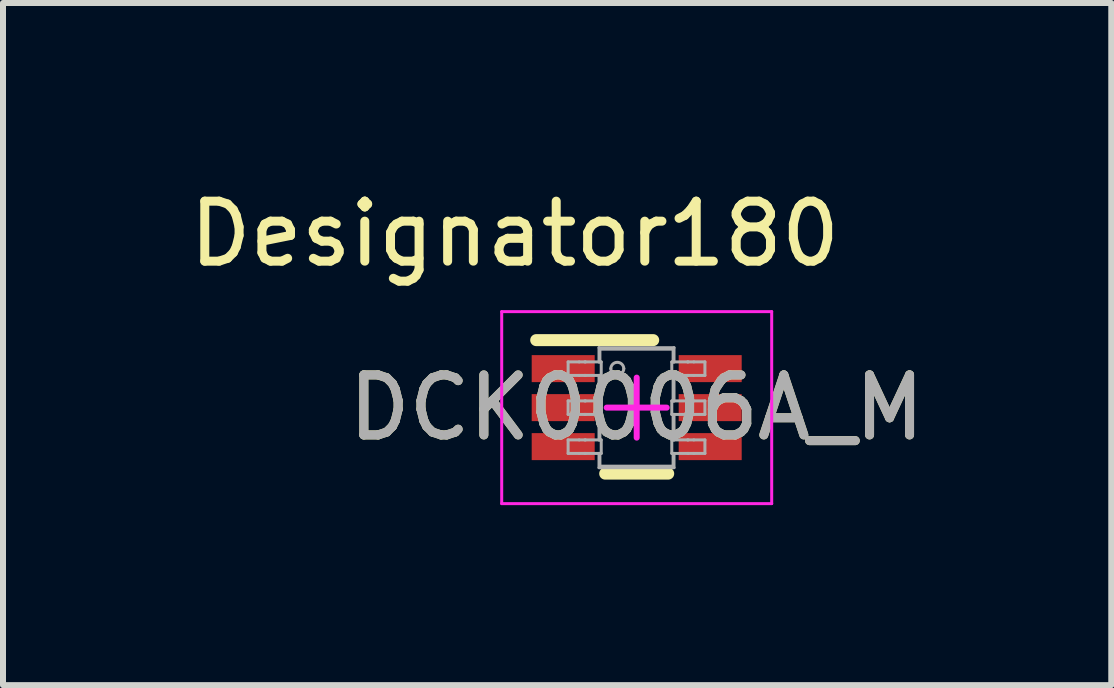
<source format=kicad_pcb>
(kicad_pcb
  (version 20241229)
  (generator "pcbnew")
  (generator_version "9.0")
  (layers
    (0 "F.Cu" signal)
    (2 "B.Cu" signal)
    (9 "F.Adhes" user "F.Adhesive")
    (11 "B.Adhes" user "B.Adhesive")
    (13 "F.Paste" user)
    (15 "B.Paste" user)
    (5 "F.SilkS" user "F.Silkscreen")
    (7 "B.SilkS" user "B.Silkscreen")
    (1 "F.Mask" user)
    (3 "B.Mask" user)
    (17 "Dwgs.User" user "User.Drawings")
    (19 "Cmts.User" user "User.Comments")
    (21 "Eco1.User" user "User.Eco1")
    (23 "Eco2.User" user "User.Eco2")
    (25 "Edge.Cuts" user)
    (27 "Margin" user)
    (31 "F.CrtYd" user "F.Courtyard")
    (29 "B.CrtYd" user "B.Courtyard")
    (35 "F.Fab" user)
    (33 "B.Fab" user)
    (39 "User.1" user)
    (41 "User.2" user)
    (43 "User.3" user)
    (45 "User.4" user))
  (footprint "DCK0006A_M"
    (layer "F.Cu")
    (at 7.562 3.744)
    (property "Reference" "DCK0006A_M" (at 0 0 0) (unlocked yes) (layer "F.SilkS") (effects (font (size 1 1) (thickness 0.15))))
    (attr smd)
    (fp_line (start -1.675 -1.125) (end 0.275 -1.125) (stroke (width 0.2) (type solid)) (layer "F.SilkS"))
    (fp_line (start -0.525 1.1) (end 0.525 1.1) (stroke (width 0.2) (type solid)) (layer "F.SilkS"))
    (fp_line (start -2.25 -1.6) (end 2.25 -1.6) (stroke (width 0.05) (type solid)) (layer "F.CrtYd"))
    (fp_line (start -2.25 1.6) (end -2.25 -1.6) (stroke (width 0.05) (type solid)) (layer "F.CrtYd"))
    (fp_line (start -2.25 1.6) (end 2.25 1.6) (stroke (width 0.05) (type solid)) (layer "F.CrtYd"))
    (fp_line (start -0.5 0) (end 0.5 0) (stroke (width 0.1) (type solid)) (layer "F.CrtYd"))
    (fp_line (start -0.000003 0.5) (end -0.000003 -0.5) (stroke (width 0.1) (type solid)) (layer "F.CrtYd"))
    (fp_line (start 2.25 1.6) (end 2.25 -1.6) (stroke (width 0.05) (type solid)) (layer "F.CrtYd"))
    (fp_line (start -1.143 -0.762) (end -0.959 -0.762) (stroke (width 0.05) (type solid)) (layer "F.Fab"))
    (fp_line (start -1.143 -0.537) (end -1.143 -0.762) (stroke (width 0.05) (type solid)) (layer "F.Fab"))
    (fp_line (start -1.143 -0.537) (end -0.959 -0.537) (stroke (width 0.05) (type solid)) (layer "F.Fab"))
    (fp_line (start -1.143 -0.112) (end -0.959 -0.112) (stroke (width 0.05) (type solid)) (layer "F.Fab"))
    (fp_line (start -1.143 0.113) (end -1.143 -0.112) (stroke (width 0.05) (type solid)) (layer "F.Fab"))
    (fp_line (start -1.143 0.113) (end -0.959 0.113) (stroke (width 0.05) (type solid)) (layer "F.Fab"))
    (fp_line (start -1.143 0.538) (end -0.959 0.538) (stroke (width 0.05) (type solid)) (layer "F.Fab"))
    (fp_line (start -1.143 0.763) (end -1.143 0.538) (stroke (width 0.05) (type solid)) (layer "F.Fab"))
    (fp_line (start -1.143 0.763) (end -0.959 0.763) (stroke (width 0.05) (type solid)) (layer "F.Fab"))
    (fp_line (start -0.959 -0.762) (end -0.865 -0.762) (stroke (width 0.05) (type solid)) (layer "F.Fab"))
    (fp_line (start -0.959 -0.537) (end -0.865 -0.537) (stroke (width 0.05) (type solid)) (layer "F.Fab"))
    (fp_line (start -0.959 -0.112) (end -0.865 -0.112) (stroke (width 0.05) (type solid)) (layer "F.Fab"))
    (fp_line (start -0.959 0.113) (end -0.865 0.113) (stroke (width 0.05) (type solid)) (layer "F.Fab"))
    (fp_line (start -0.959 0.538) (end -0.865 0.538) (stroke (width 0.05) (type solid)) (layer "F.Fab"))
    (fp_line (start -0.959 0.763) (end -0.865 0.763) (stroke (width 0.05) (type solid)) (layer "F.Fab"))
    (fp_line (start -0.865 -0.762) (end -0.853 -0.762) (stroke (width 0.05) (type solid)) (layer "F.Fab"))
    (fp_line (start -0.865 -0.537) (end -0.853 -0.537) (stroke (width 0.05) (type solid)) (layer "F.Fab"))
    (fp_line (start -0.865 -0.112) (end -0.853 -0.112) (stroke (width 0.05) (type solid)) (layer "F.Fab"))
    (fp_line (start -0.865 0.113) (end -0.853 0.113) (stroke (width 0.05) (type solid)) (layer "F.Fab"))
    (fp_line (start -0.865 0.538) (end -0.853 0.538) (stroke (width 0.05) (type solid)) (layer "F.Fab"))
    (fp_line (start -0.865 0.763) (end -0.853 0.763) (stroke (width 0.05) (type solid)) (layer "F.Fab"))
    (fp_line (start -0.853 -0.762) (end -0.628 -0.762) (stroke (width 0.05) (type solid)) (layer "F.Fab"))
    (fp_line (start -0.853 -0.537) (end -0.628 -0.537) (stroke (width 0.05) (type solid)) (layer "F.Fab"))
    (fp_line (start -0.853 -0.112) (end -0.628 -0.112) (stroke (width 0.05) (type solid)) (layer "F.Fab"))
    (fp_line (start -0.853 0.113) (end -0.628 0.113) (stroke (width 0.05) (type solid)) (layer "F.Fab"))
    (fp_line (start -0.853 0.538) (end -0.628 0.538) (stroke (width 0.05) (type solid)) (layer "F.Fab"))
    (fp_line (start -0.853 0.763) (end -0.628 0.763) (stroke (width 0.05) (type solid)) (layer "F.Fab"))
    (fp_line (start -0.628 -0.999) (end 0.622 -0.999) (stroke (width 0.05) (type solid)) (layer "F.Fab"))
    (fp_line (start -0.628 -0.762) (end -0.628 -0.999) (stroke (width 0.05) (type solid)) (layer "F.Fab"))
    (fp_line (start -0.628 -0.762) (end -0.591 -0.762) (stroke (width 0.05) (type solid)) (layer "F.Fab"))
    (fp_line (start -0.628 -0.537) (end -0.591 -0.537) (stroke (width 0.05) (type solid)) (layer "F.Fab"))
    (fp_line (start -0.628 -0.112) (end -0.628 -0.537) (stroke (width 0.05) (type solid)) (layer "F.Fab"))
    (fp_line (start -0.628 -0.112) (end -0.591 -0.112) (stroke (width 0.05) (type solid)) (layer "F.Fab"))
    (fp_line (start -0.628 0.113) (end -0.591 0.113) (stroke (width 0.05) (type solid)) (layer "F.Fab"))
    (fp_line (start -0.628 0.538) (end -0.628 0.113) (stroke (width 0.05) (type solid)) (layer "F.Fab"))
    (fp_line (start -0.628 0.538) (end -0.591 0.538) (stroke (width 0.05) (type solid)) (layer "F.Fab"))
    (fp_line (start -0.628 0.763) (end -0.591 0.763) (stroke (width 0.05) (type solid)) (layer "F.Fab"))
    (fp_line (start -0.628 1.001) (end -0.628 0.763) (stroke (width 0.05) (type solid)) (layer "F.Fab"))
    (fp_line (start -0.628 1.001) (end 0.622 1.001) (stroke (width 0.05) (type solid)) (layer "F.Fab"))
    (fp_line (start -0.613 -0.974) (end 0.607 -0.974) (stroke (width 0.05) (type solid)) (layer "F.Fab"))
    (fp_line (start -0.613 -0.762) (end -0.613 -0.974) (stroke (width 0.05) (type solid)) (layer "F.Fab"))
    (fp_line (start -0.613 -0.112) (end -0.613 -0.537) (stroke (width 0.05) (type solid)) (layer "F.Fab"))
    (fp_line (start -0.613 0.538) (end -0.613 0.113) (stroke (width 0.05) (type solid)) (layer "F.Fab"))
    (fp_line (start -0.613 0.976) (end -0.613 0.763) (stroke (width 0.05) (type solid)) (layer "F.Fab"))
    (fp_line (start -0.613 0.976) (end 0.607 0.976) (stroke (width 0.05) (type solid)) (layer "F.Fab"))
    (fp_line (start -0.591 -0.537) (end -0.591 -0.762) (stroke (width 0.05) (type solid)) (layer "F.Fab"))
    (fp_line (start -0.591 0.113) (end -0.591 -0.112) (stroke (width 0.05) (type solid)) (layer "F.Fab"))
    (fp_line (start -0.591 0.763) (end -0.591 0.538) (stroke (width 0.05) (type solid)) (layer "F.Fab"))
    (fp_line (start 0.585 -0.762) (end 0.622 -0.762) (stroke (width 0.05) (type solid)) (layer "F.Fab"))
    (fp_line (start 0.585 -0.537) (end 0.585 -0.762) (stroke (width 0.05) (type solid)) (layer "F.Fab"))
    (fp_line (start 0.585 -0.537) (end 0.622 -0.537) (stroke (width 0.05) (type solid)) (layer "F.Fab"))
    (fp_line (start 0.585 -0.112) (end 0.622 -0.112) (stroke (width 0.05) (type solid)) (layer "F.Fab"))
    (fp_line (start 0.585 0.113) (end 0.585 -0.112) (stroke (width 0.05) (type solid)) (layer "F.Fab"))
    (fp_line (start 0.585 0.113) (end 0.622 0.113) (stroke (width 0.05) (type solid)) (layer "F.Fab"))
    (fp_line (start 0.585 0.538) (end 0.622 0.538) (stroke (width 0.05) (type solid)) (layer "F.Fab"))
    (fp_line (start 0.585 0.763) (end 0.585 0.538) (stroke (width 0.05) (type solid)) (layer "F.Fab"))
    (fp_line (start 0.585 0.763) (end 0.622 0.763) (stroke (width 0.05) (type solid)) (layer "F.Fab"))
    (fp_line (start 0.607 -0.762) (end 0.607 -0.974) (stroke (width 0.05) (type solid)) (layer "F.Fab"))
    (fp_line (start 0.607 -0.112) (end 0.607 -0.537) (stroke (width 0.05) (type solid)) (layer "F.Fab"))
    (fp_line (start 0.607 0.538) (end 0.607 0.113) (stroke (width 0.05) (type solid)) (layer "F.Fab"))
    (fp_line (start 0.607 0.976) (end 0.607 0.763) (stroke (width 0.05) (type solid)) (layer "F.Fab"))
    (fp_line (start 0.622 -0.762) (end 0.622 -0.999) (stroke (width 0.05) (type solid)) (layer "F.Fab"))
    (fp_line (start 0.622 -0.762) (end 0.847 -0.762) (stroke (width 0.05) (type solid)) (layer "F.Fab"))
    (fp_line (start 0.622 -0.537) (end 0.847 -0.537) (stroke (width 0.05) (type solid)) (layer "F.Fab"))
    (fp_line (start 0.622 -0.112) (end 0.622 -0.537) (stroke (width 0.05) (type solid)) (layer "F.Fab"))
    (fp_line (start 0.622 -0.112) (end 0.847 -0.112) (stroke (width 0.05) (type solid)) (layer "F.Fab"))
    (fp_line (start 0.622 0.113) (end 0.847 0.113) (stroke (width 0.05) (type solid)) (layer "F.Fab"))
    (fp_line (start 0.622 0.538) (end 0.622 0.113) (stroke (width 0.05) (type solid)) (layer "F.Fab"))
    (fp_line (start 0.622 0.538) (end 0.847 0.538) (stroke (width 0.05) (type solid)) (layer "F.Fab"))
    (fp_line (start 0.622 0.763) (end 0.847 0.763) (stroke (width 0.05) (type solid)) (layer "F.Fab"))
    (fp_line (start 0.622 1.001) (end 0.622 0.763) (stroke (width 0.05) (type solid)) (layer "F.Fab"))
    (fp_line (start 0.847 -0.762) (end 0.859 -0.762) (stroke (width 0.05) (type solid)) (layer "F.Fab"))
    (fp_line (start 0.847 -0.537) (end 0.859 -0.537) (stroke (width 0.05) (type solid)) (layer "F.Fab"))
    (fp_line (start 0.847 -0.112) (end 0.859 -0.112) (stroke (width 0.05) (type solid)) (layer "F.Fab"))
    (fp_line (start 0.847 0.113) (end 0.859 0.113) (stroke (width 0.05) (type solid)) (layer "F.Fab"))
    (fp_line (start 0.847 0.538) (end 0.859 0.538) (stroke (width 0.05) (type solid)) (layer "F.Fab"))
    (fp_line (start 0.847 0.763) (end 0.859 0.763) (stroke (width 0.05) (type solid)) (layer "F.Fab"))
    (fp_line (start 0.859 -0.762) (end 0.953 -0.762) (stroke (width 0.05) (type solid)) (layer "F.Fab"))
    (fp_line (start 0.859 -0.537) (end 0.953 -0.537) (stroke (width 0.05) (type solid)) (layer "F.Fab"))
    (fp_line (start 0.859 -0.112) (end 0.953 -0.112) (stroke (width 0.05) (type solid)) (layer "F.Fab"))
    (fp_line (start 0.859 0.113) (end 0.953 0.113) (stroke (width 0.05) (type solid)) (layer "F.Fab"))
    (fp_line (start 0.859 0.538) (end 0.953 0.538) (stroke (width 0.05) (type solid)) (layer "F.Fab"))
    (fp_line (start 0.859 0.763) (end 0.953 0.763) (stroke (width 0.05) (type solid)) (layer "F.Fab"))
    (fp_line (start 0.953 -0.762) (end 1.137 -0.762) (stroke (width 0.05) (type solid)) (layer "F.Fab"))
    (fp_line (start 0.953 -0.537) (end 1.137 -0.537) (stroke (width 0.05) (type solid)) (layer "F.Fab"))
    (fp_line (start 0.953 -0.112) (end 1.137 -0.112) (stroke (width 0.05) (type solid)) (layer "F.Fab"))
    (fp_line (start 0.953 0.113) (end 1.137 0.113) (stroke (width 0.05) (type solid)) (layer "F.Fab"))
    (fp_line (start 0.953 0.538) (end 1.137 0.538) (stroke (width 0.05) (type solid)) (layer "F.Fab"))
    (fp_line (start 0.953 0.763) (end 1.137 0.763) (stroke (width 0.05) (type solid)) (layer "F.Fab"))
    (fp_line (start 1.137 -0.537) (end 1.137 -0.762) (stroke (width 0.05) (type solid)) (layer "F.Fab"))
    (fp_line (start 1.137 0.113) (end 1.137 -0.112) (stroke (width 0.05) (type solid)) (layer "F.Fab"))
    (fp_line (start 1.137 0.763) (end 1.137 0.538) (stroke (width 0.05) (type solid)) (layer "F.Fab"))
    (fp_arc (start -0.431546 -0.650138) (mid -0.323177 -0.758507) (end -0.214808 -0.650138) (stroke (width 0.05) (type solid)) (layer "F.Fab"))
    (fp_arc (start -0.214808 -0.650138) (mid -0.323177 -0.541769) (end -0.431546 -0.650138) (stroke (width 0.05) (type solid)) (layer "F.Fab"))
    (fp_text user "Designator180" (at -2.032 -2.896 0) (unlocked yes) (layer "F.SilkS") (effects (font (size 1 1) (thickness 0.15))))
    (fp_text user "${REFERENCE}" (at 0 0 0) (unlocked yes) (layer "F.Fab") (effects (font (size 1 1) (thickness 0.15))))
    (pad "1" smd rect (at -1.225 -0.65 90) (size 0.45 1.05) (layers "F.Cu" "F.Mask" "F.Paste"))
    (pad "2" smd rect (at -1.225 0 90) (size 0.45 1.05) (layers "F.Cu" "F.Mask" "F.Paste"))
    (pad "3" smd rect (at -1.225 0.65 90) (size 0.45 1.05) (layers "F.Cu" "F.Mask" "F.Paste"))
    (pad "4" smd rect (at 1.225 0.65 90) (size 0.45 1.05) (layers "F.Cu" "F.Mask" "F.Paste"))
    (pad "5" smd rect (at 1.225 0 90) (size 0.45 1.05) (layers "F.Cu" "F.Mask" "F.Paste"))
    (pad "6" smd rect (at 1.225 -0.65 90) (size 0.45 1.05) (layers "F.Cu" "F.Mask" "F.Paste")))
  (gr_rect
    (start -3 -3)
    (end 15.472 8.369)
    (stroke (width 0.1) (type default))
    (fill no)
    (layer "Edge.Cuts")))
</source>
